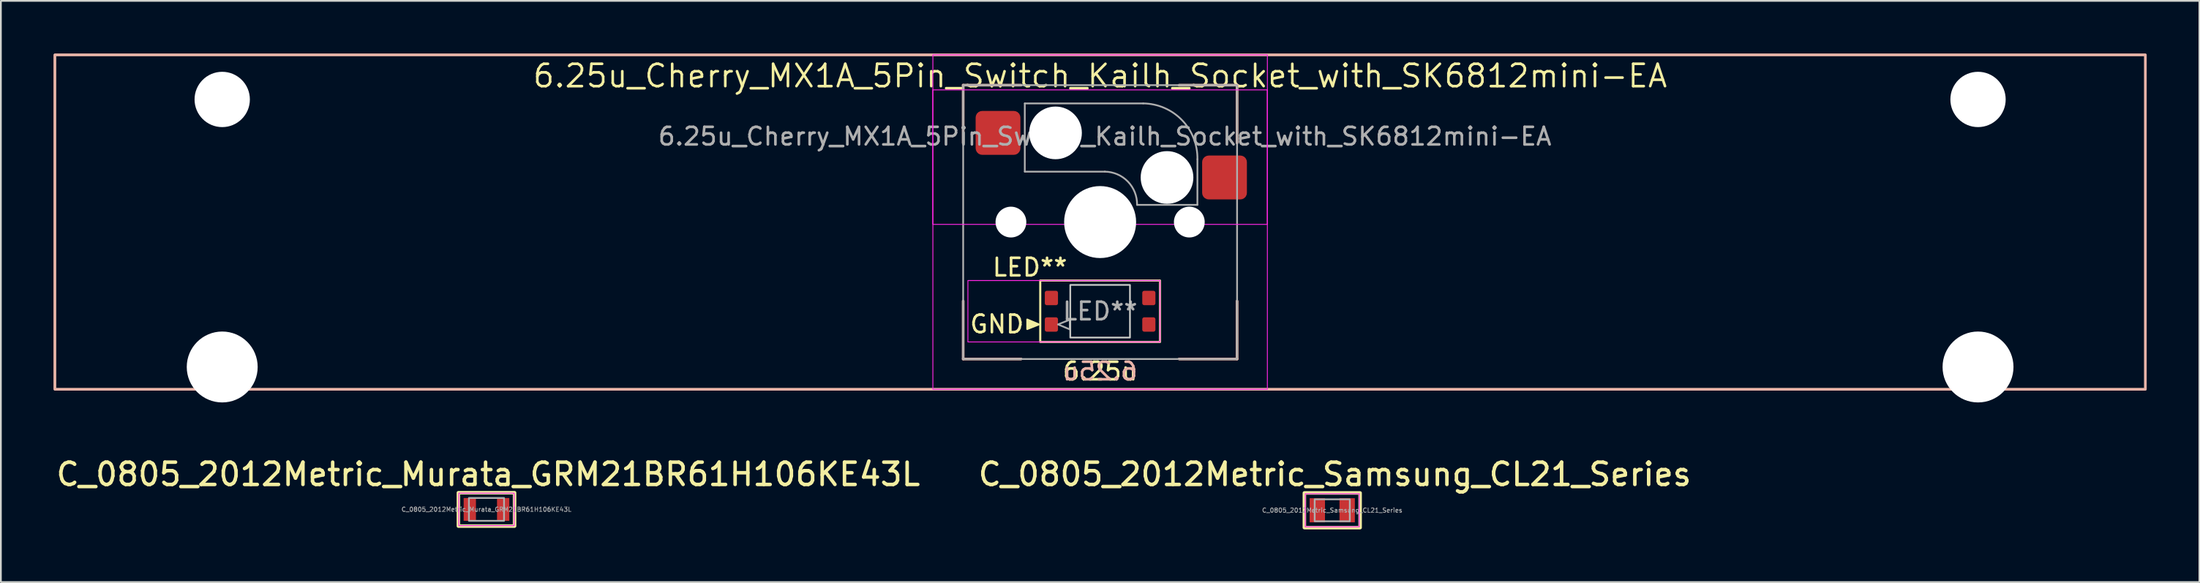
<source format=kicad_pcb>
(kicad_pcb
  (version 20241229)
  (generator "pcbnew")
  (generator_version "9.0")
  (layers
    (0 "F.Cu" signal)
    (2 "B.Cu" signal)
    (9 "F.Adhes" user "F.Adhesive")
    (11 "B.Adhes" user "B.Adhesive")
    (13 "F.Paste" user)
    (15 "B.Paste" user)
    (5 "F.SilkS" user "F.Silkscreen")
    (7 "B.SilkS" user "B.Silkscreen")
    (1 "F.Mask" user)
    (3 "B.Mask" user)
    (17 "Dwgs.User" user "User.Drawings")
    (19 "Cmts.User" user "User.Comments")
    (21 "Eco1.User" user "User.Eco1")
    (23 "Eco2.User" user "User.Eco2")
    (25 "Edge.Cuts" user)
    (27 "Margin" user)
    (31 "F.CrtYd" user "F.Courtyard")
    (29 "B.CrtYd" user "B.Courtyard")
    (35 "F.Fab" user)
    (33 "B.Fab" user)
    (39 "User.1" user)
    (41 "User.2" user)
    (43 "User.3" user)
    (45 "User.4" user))
  (footprint "C_0805_2012Metric_Murata_GRM21BR61H106KE43L"
    (layer "F.Cu")
    (at 24.657 25.968)
    (property "Reference" "C_0805_2012Metric_Murata_GRM21BR61H106KE43L" (at 0.1 -2 0) (layer "F.SilkS") (effects (font (size 1.27 1.27) (thickness 0.2))))
    (attr smd)
    (fp_rect (start -1.6 -0.95) (end 1.6 0.95) (stroke (width 0.2) (type default)) (fill no) (layer "F.SilkS"))
    (fp_rect (start -1.575 -0.925) (end 1.575 0.925) (stroke (width 0.05) (type default)) (fill no) (layer "F.CrtYd"))
    (fp_rect (start -1 -0.65) (end 1 0.65) (stroke (width 0.1) (type default)) (fill no) (layer "F.Fab"))
    (fp_text user "${REFERENCE}" (at 0 0 0) (layer "F.Fab") (effects (font (size 0.25 0.25) (thickness 0.04))))
    (pad "1" smd rect (at -0.95 0) (size 0.7 1.3) (layers "F.Cu" "F.Mask" "F.Paste"))
    (pad "2" smd rect (at 0.95 0) (size 0.7 1.3) (layers "F.Cu" "F.Mask" "F.Paste")))
  (footprint "6.25u_Cherry_MX1A_5Pin_Switch_Kailh_Socket_with_SK6812mini-EA"
    (layer "F.Cu")
    (at 59.606 9.6)
    (property "Reference" "6.25u_Cherry_MX1A_5Pin_Switch_Kailh_Socket_with_SK6812mini-EA" (at 0 -8.325 0) (layer "F.SilkS") (effects (font (size 1.27 1.27) (thickness 0.15))))
    (property "LED_Reference" "LED**" (at -4 2.58 0) (layer "F.SilkS") (effects (font (size 1 1) (thickness 0.15))))
    (property "Size" "6.25u" (at 0 8.5 0) (layer "F.SilkS") (effects (font (size 1 1) (thickness 0.15))))
    (attr smd)
    (fp_line (start -7.8 -7.8) (end -7.8 -4.5) (stroke (width 0.12) (type default)) (layer "F.SilkS"))
    (fp_line (start -7.8 -7.8) (end -4.5 -7.8) (stroke (width 0.12) (type default)) (layer "F.SilkS"))
    (fp_line (start -7.8 7.8) (end -7.8 4.5) (stroke (width 0.12) (type solid)) (layer "F.SilkS"))
    (fp_line (start -7.8 7.8) (end -4.5 7.8) (stroke (width 0.12) (type default)) (layer "F.SilkS"))
    (fp_line (start 7.8 -7.8) (end 4.5 -7.8) (stroke (width 0.12) (type default)) (layer "F.SilkS"))
    (fp_line (start 7.8 -7.8) (end 7.8 -4.5) (stroke (width 0.12) (type default)) (layer "F.SilkS"))
    (fp_line (start 7.8 7.8) (end 4.5 7.8) (stroke (width 0.12) (type default)) (layer "F.SilkS"))
    (fp_line (start 7.8 7.8) (end 7.8 4.5) (stroke (width 0.12) (type default)) (layer "F.SilkS"))
    (fp_rect (start -59.531 -9.525) (end 59.531 9.525) (stroke (width 0.12) (type default)) (fill no) (layer "F.SilkS"))
    (fp_rect (start -3.41 3.33) (end 3.41 6.83) (stroke (width 0.12) (type default)) (fill no) (layer "F.SilkS"))
    (fp_poly (pts (xy -3.48 5.83) (xy -4.153 5.547) (xy -4.153 5.55) (xy -4.153 6.097)) (stroke (width 0.1) (type solid)) (fill yes) (layer "F.SilkS"))
    (fp_line (start -7.8 -7.8) (end -7.8 -4.5) (stroke (width 0.15) (type default)) (layer "B.SilkS"))
    (fp_line (start -7.8 -7.8) (end -4.5 -7.8) (stroke (width 0.15) (type default)) (layer "B.SilkS"))
    (fp_line (start -7.8 7.8) (end -7.8 4.5) (stroke (width 0.15) (type default)) (layer "B.SilkS"))
    (fp_line (start -7.8 7.8) (end -4.5 7.8) (stroke (width 0.15) (type default)) (layer "B.SilkS"))
    (fp_line (start 7.8 -7.8) (end 4.5 -7.8) (stroke (width 0.15) (type default)) (layer "B.SilkS"))
    (fp_line (start 7.8 -7.8) (end 7.8 -4.5) (stroke (width 0.15) (type default)) (layer "B.SilkS"))
    (fp_line (start 7.8 7.8) (end 4.5 7.8) (stroke (width 0.15) (type default)) (layer "B.SilkS"))
    (fp_line (start 7.8 7.8) (end 7.8 4.5) (stroke (width 0.15) (type default)) (layer "B.SilkS"))
    (fp_rect (start -59.531 -9.525) (end 59.531 9.525) (stroke (width 0.15) (type default)) (fill no) (layer "B.SilkS"))
    (fp_rect (start -1.7 3.58) (end 1.7 6.58) (stroke (width 0.05) (type default)) (fill no) (layer "Edge.Cuts"))
    (fp_rect (start -9.53 -7.53) (end 9.52 0.13) (stroke (width 0.05) (type default)) (fill no) (layer "F.CrtYd"))
    (fp_rect (start -9.525 -9.525) (end 9.525 9.525) (stroke (width 0.05) (type default)) (fill no) (layer "F.CrtYd"))
    (fp_rect (start -7.53 3.33) (end 3.41 6.83) (stroke (width 0.05) (type default)) (fill no) (layer "F.CrtYd"))
    (fp_line (start -4.29 -2.873) (end -4.29 -6.759) (stroke (width 0.1) (type default)) (layer "F.Fab"))
    (fp_line (start 0.269 -2.873) (end -4.29 -2.873) (stroke (width 0.1) (type default)) (layer "F.Fab"))
    (fp_line (start 2.455 -6.759) (end -4.29 -6.759) (stroke (width 0.1) (type default)) (layer "F.Fab"))
    (fp_line (start 5.54 -0.98) (end 2.105 -0.98) (stroke (width 0.1) (type default)) (layer "F.Fab"))
    (fp_line (start 5.54 -0.98) (end 5.542 -3.577) (stroke (width 0.1) (type default)) (layer "F.Fab"))
    (fp_rect (start -7.8 -7.8) (end 7.8 7.8) (stroke (width 0.1) (type default)) (fill no) (layer "F.Fab"))
    (fp_rect (start -1.7 3.58) (end 1.7 6.58) (stroke (width 0.1) (type default)) (fill no) (layer "F.Fab"))
    (fp_arc (start 0.268782 -2.872715) (mid 1.580341 -2.308063) (end 2.105 -0.98) (stroke (width 0.1) (type default)) (layer "F.Fab"))
    (fp_arc (start 2.45495 -6.759322) (mid 4.66 -5.81) (end 5.542076 -3.577199) (stroke (width 0.1) (type default)) (layer "F.Fab"))
    (fp_poly (pts (xy -2.4 5.83) (xy -1.727 6.113) (xy -1.727 6.11) (xy -1.727 5.563)) (stroke (width 0.1) (type solid)) (fill no) (layer "F.Fab"))
    (fp_text user "GND" (at -7.5 6.4 0) (unlocked yes) (layer "F.SilkS") (effects (font (size 1 1) (thickness 0.15)) (justify left bottom)))
    (fp_text user "${Size}" (at 0 8.5 0) (unlocked yes) (layer "B.SilkS") (effects (font (size 1 1) (thickness 0.15)) (justify mirror)))
    (fp_text user "${LED_Reference}" (at 0 5.08 0) (unlocked yes) (layer "F.Fab") (effects (font (size 1 1) (thickness 0.15))))
    (fp_text user "${REFERENCE}" (at 0.269 -4.88 0) (layer "F.Fab") (effects (font (size 1 1) (thickness 0.15))))
    (pad "" np_thru_hole circle (at -50 -6.985) (size 3.15 3.15) (drill 3.15) (layers "*.Cu" "*.Mask"))
    (pad "" np_thru_hole circle (at -50 8.255) (size 4.039 4.039) (drill 4.039) (layers "*.Cu" "*.Mask"))
    (pad "" np_thru_hole circle (at -5.08 0) (size 1.753 1.753) (drill 1.753) (layers "*.Cu" "*.Mask"))
    (pad "" np_thru_hole circle (at -2.54 -5.08) (size 3 3) (drill 3) (layers "*.Cu" "*.Mask"))
    (pad "" np_thru_hole circle (at 0 0) (size 4.1 4.1) (drill 4.1) (layers "*.Cu" "*.Mask"))
    (pad "" np_thru_hole circle (at 3.81 -2.54) (size 3 3) (drill 3) (layers "*.Cu" "*.Mask"))
    (pad "" np_thru_hole circle (at 5.08 0) (size 1.753 1.753) (drill 1.753) (layers "*.Cu" "*.Mask"))
    (pad "" np_thru_hole circle (at 50 -6.985) (size 3.15 3.15) (drill 3.15) (layers "*.Cu" "*.Mask"))
    (pad "" np_thru_hole circle (at 50 8.255) (size 4.039 4.039) (drill 4.039) (layers "*.Cu" "*.Mask"))
    (pad "1" smd roundrect (at -2.775 5.835) (size 0.75 0.82) (layers "F.Cu" "F.Mask" "F.Paste") (roundrect_rratio 0.15))
    (pad "2" smd roundrect (at -2.775 4.325) (size 0.75 0.82) (layers "F.Cu" "F.Mask" "F.Paste") (roundrect_rratio 0.15))
    (pad "3" smd roundrect (at 2.775 4.325) (size 0.75 0.82) (layers "F.Cu" "F.Mask" "F.Paste") (roundrect_rratio 0.15))
    (pad "4" smd roundrect (at 2.775 5.835) (size 0.75 0.82) (layers "F.Cu" "F.Mask" "F.Paste") (roundrect_rratio 0.15))
    (pad "5" smd roundrect (at -5.815 -5.08) (size 2.55 2.5) (layers "F.Cu" "F.Mask" "F.Paste") (roundrect_rratio 0.15))
    (pad "6" smd roundrect (at 7.085 -2.54) (size 2.55 2.5) (layers "F.Cu" "F.Mask" "F.Paste") (roundrect_rratio 0.15)))
  (footprint "C_0805_2012Metric_Samsung_CL21_Series"
    (layer "F.Cu")
    (at 72.826 26.018)
    (property "Reference" "C_0805_2012Metric_Samsung_CL21_Series" (at 0.15 -2.05 0) (layer "F.SilkS") (effects (font (size 1.27 1.27) (thickness 0.2))))
    (attr smd)
    (fp_rect (start -1.587 -0.988) (end 1.587 0.988) (stroke (width 0.2) (type default)) (fill no) (layer "F.SilkS"))
    (fp_rect (start -1.537 -0.943) (end 1.537 0.943) (stroke (width 0.05) (type default)) (fill no) (layer "F.CrtYd"))
    (fp_rect (start -1 -0.625) (end 1 0.625) (stroke (width 0.1) (type default)) (fill no) (layer "F.Fab"))
    (fp_text user "${REFERENCE}" (at 0 0 0) (layer "F.Fab") (effects (font (size 0.25 0.25) (thickness 0.04))))
    (pad "1" smd rect (at -0.85 0) (size 0.875 1.375) (layers "F.Cu" "F.Mask" "F.Paste"))
    (pad "2" smd rect (at 0.85 0) (size 0.875 1.375) (layers "F.Cu" "F.Mask" "F.Paste")))
  (gr_rect
    (start -3 -3)
    (end 122.213 30.106)
    (stroke (width 0.1) (type default))
    (fill no)
    (layer "Edge.Cuts")))
</source>
